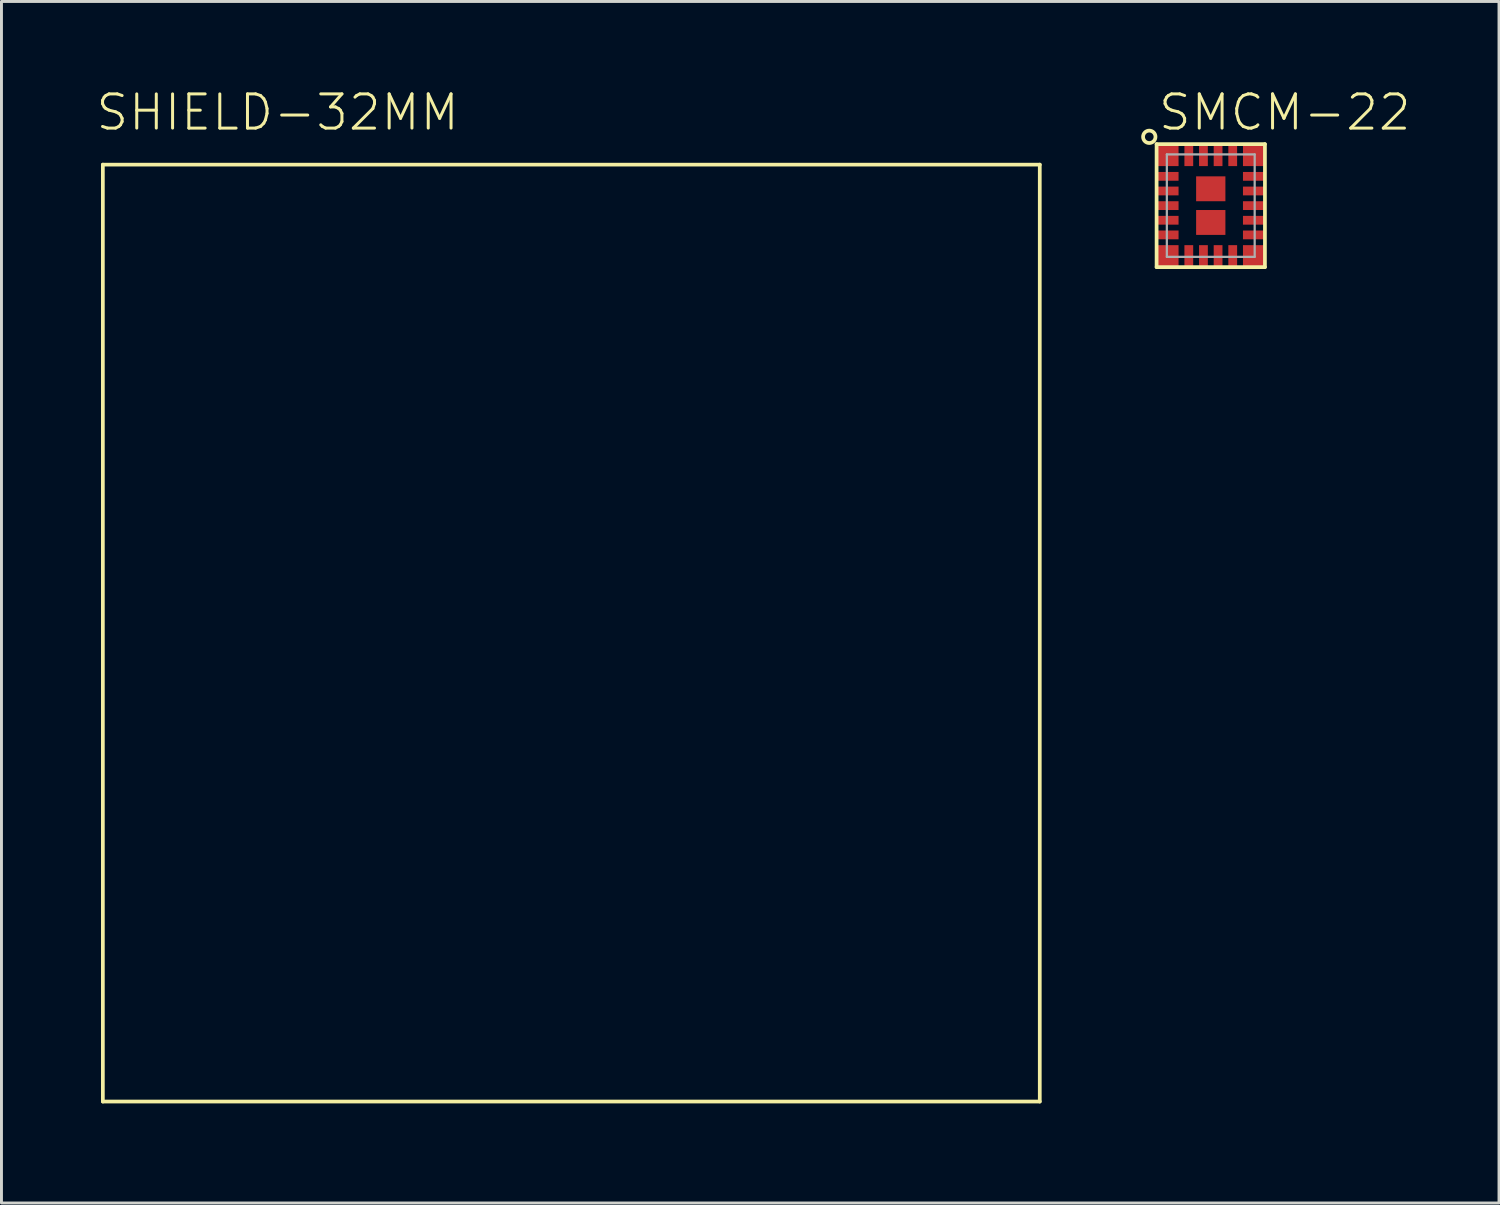
<source format=kicad_pcb>
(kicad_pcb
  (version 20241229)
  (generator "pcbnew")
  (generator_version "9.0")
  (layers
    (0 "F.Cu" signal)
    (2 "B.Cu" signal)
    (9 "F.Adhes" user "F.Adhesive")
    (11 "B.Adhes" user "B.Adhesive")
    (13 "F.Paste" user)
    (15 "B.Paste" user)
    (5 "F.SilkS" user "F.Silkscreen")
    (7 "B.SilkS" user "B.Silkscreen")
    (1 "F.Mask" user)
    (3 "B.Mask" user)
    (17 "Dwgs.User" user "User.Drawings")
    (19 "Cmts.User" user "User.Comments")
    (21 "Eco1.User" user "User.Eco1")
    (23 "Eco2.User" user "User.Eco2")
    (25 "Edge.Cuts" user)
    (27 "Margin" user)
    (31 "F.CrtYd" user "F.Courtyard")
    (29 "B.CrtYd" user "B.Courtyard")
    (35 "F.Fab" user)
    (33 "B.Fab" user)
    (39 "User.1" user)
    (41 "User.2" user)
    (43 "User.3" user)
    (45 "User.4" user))
  (footprint "SMCM-22"
    (layer "F.Cu")
    (at 38.303 3.973)
    (property "Reference" "SMCM-22" (at -1.85 -2.5 0) (unlocked yes) (layer "F.SilkS") (effects (font (size 1.168 1.168) (thickness 0.102)) (justify left bottom)))
    (fp_poly (pts (xy -1.9 -1.3) (xy -1.05 -1.3) (xy -1.05 -2.15) (xy -1.9 -2.15)) (stroke (width 0) (type default)) (fill yes) (layer "F.Mask"))
    (fp_poly (pts (xy -1.9 -0.8) (xy -1.05 -0.8) (xy -1.05 -1.2) (xy -1.9 -1.2)) (stroke (width 0) (type default)) (fill yes) (layer "F.Mask"))
    (fp_poly (pts (xy -1.9 -0.3) (xy -1.05 -0.3) (xy -1.05 -0.7) (xy -1.9 -0.7)) (stroke (width 0) (type default)) (fill yes) (layer "F.Mask"))
    (fp_poly (pts (xy -1.9 0.2) (xy -1.05 0.2) (xy -1.05 -0.2) (xy -1.9 -0.2)) (stroke (width 0) (type default)) (fill yes) (layer "F.Mask"))
    (fp_poly (pts (xy -1.9 0.7) (xy -1.05 0.7) (xy -1.05 0.3) (xy -1.9 0.3)) (stroke (width 0) (type default)) (fill yes) (layer "F.Mask"))
    (fp_poly (pts (xy -1.9 1.2) (xy -1.05 1.2) (xy -1.05 0.8) (xy -1.9 0.8)) (stroke (width 0) (type default)) (fill yes) (layer "F.Mask"))
    (fp_poly (pts (xy -1.9 2.15) (xy -1.05 2.15) (xy -1.05 1.3) (xy -1.9 1.3)) (stroke (width 0) (type default)) (fill yes) (layer "F.Mask"))
    (fp_poly (pts (xy -0.95 -2.15) (xy -0.95 -1.3) (xy -0.55 -1.3) (xy -0.55 -2.15)) (stroke (width 0) (type default)) (fill yes) (layer "F.Mask"))
    (fp_poly (pts (xy -0.95 1.3) (xy -0.95 2.15) (xy -0.55 2.15) (xy -0.55 1.3)) (stroke (width 0) (type default)) (fill yes) (layer "F.Mask"))
    (fp_poly (pts (xy -0.55 1.05) (xy 0.55 1.05) (xy 0.55 -1.05) (xy -0.55 -1.05)) (stroke (width 0) (type default)) (fill yes) (layer "F.Mask"))
    (fp_poly (pts (xy -0.45 -2.15) (xy -0.45 -1.3) (xy -0.05 -1.3) (xy -0.05 -2.15)) (stroke (width 0) (type default)) (fill yes) (layer "F.Mask"))
    (fp_poly (pts (xy -0.45 1.3) (xy -0.45 2.15) (xy -0.05 2.15) (xy -0.05 1.3)) (stroke (width 0) (type default)) (fill yes) (layer "F.Mask"))
    (fp_poly (pts (xy 0.05 -2.15) (xy 0.05 -1.3) (xy 0.45 -1.3) (xy 0.45 -2.15)) (stroke (width 0) (type default)) (fill yes) (layer "F.Mask"))
    (fp_poly (pts (xy 0.05 1.3) (xy 0.05 2.15) (xy 0.45 2.15) (xy 0.45 1.3)) (stroke (width 0) (type default)) (fill yes) (layer "F.Mask"))
    (fp_poly (pts (xy 0.55 -2.15) (xy 0.55 -1.3) (xy 0.95 -1.3) (xy 0.95 -2.15)) (stroke (width 0) (type default)) (fill yes) (layer "F.Mask"))
    (fp_poly (pts (xy 0.55 1.3) (xy 0.55 2.15) (xy 0.95 2.15) (xy 0.95 1.3)) (stroke (width 0) (type default)) (fill yes) (layer "F.Mask"))
    (fp_poly (pts (xy 1.05 -1.3) (xy 1.9 -1.3) (xy 1.9 -2.15) (xy 1.05 -2.15)) (stroke (width 0) (type default)) (fill yes) (layer "F.Mask"))
    (fp_poly (pts (xy 1.05 -0.8) (xy 1.9 -0.8) (xy 1.9 -1.2) (xy 1.05 -1.2)) (stroke (width 0) (type default)) (fill yes) (layer "F.Mask"))
    (fp_poly (pts (xy 1.05 -0.3) (xy 1.9 -0.3) (xy 1.9 -0.7) (xy 1.05 -0.7)) (stroke (width 0) (type default)) (fill yes) (layer "F.Mask"))
    (fp_poly (pts (xy 1.05 0.2) (xy 1.9 0.2) (xy 1.9 -0.2) (xy 1.05 -0.2)) (stroke (width 0) (type default)) (fill yes) (layer "F.Mask"))
    (fp_poly (pts (xy 1.05 0.7) (xy 1.9 0.7) (xy 1.9 0.3) (xy 1.05 0.3)) (stroke (width 0) (type default)) (fill yes) (layer "F.Mask"))
    (fp_poly (pts (xy 1.05 1.2) (xy 1.9 1.2) (xy 1.9 0.8) (xy 1.05 0.8)) (stroke (width 0) (type default)) (fill yes) (layer "F.Mask"))
    (fp_poly (pts (xy 1.05 2.15) (xy 1.9 2.15) (xy 1.9 1.3) (xy 1.05 1.3)) (stroke (width 0) (type default)) (fill yes) (layer "F.Mask"))
    (fp_line (start -1.85 -2.1) (end 1.85 -2.1) (stroke (width 0.127) (type solid)) (layer "F.SilkS"))
    (fp_line (start -1.85 2.1) (end -1.85 -2.1) (stroke (width 0.127) (type solid)) (layer "F.SilkS"))
    (fp_line (start 1.85 -2.1) (end 1.85 2.1) (stroke (width 0.127) (type solid)) (layer "F.SilkS"))
    (fp_line (start 1.85 2.1) (end -1.85 2.1) (stroke (width 0.127) (type solid)) (layer "F.SilkS"))
    (fp_circle (center -2.1 -2.35) (end -1.888 -2.35) (stroke (width 0.127) (type solid)) (fill no) (layer "F.SilkS"))
    (fp_poly (pts (xy -1.65 -1.35) (xy -1.1 -1.35) (xy -1.1 -1.9) (xy -1.65 -1.9)) (stroke (width 0) (type default)) (fill yes) (layer "F.Paste"))
    (fp_poly (pts (xy -1.65 -0.85) (xy -1.1 -0.85) (xy -1.1 -1.15) (xy -1.65 -1.15)) (stroke (width 0) (type default)) (fill yes) (layer "F.Paste"))
    (fp_poly (pts (xy -1.65 -0.35) (xy -1.1 -0.35) (xy -1.1 -0.65) (xy -1.65 -0.65)) (stroke (width 0) (type default)) (fill yes) (layer "F.Paste"))
    (fp_poly (pts (xy -1.65 0.15) (xy -1.1 0.15) (xy -1.1 -0.15) (xy -1.65 -0.15)) (stroke (width 0) (type default)) (fill yes) (layer "F.Paste"))
    (fp_poly (pts (xy -1.65 0.65) (xy -1.1 0.65) (xy -1.1 0.35) (xy -1.65 0.35)) (stroke (width 0) (type default)) (fill yes) (layer "F.Paste"))
    (fp_poly (pts (xy -1.65 1.15) (xy -1.1 1.15) (xy -1.1 0.85) (xy -1.65 0.85)) (stroke (width 0) (type default)) (fill yes) (layer "F.Paste"))
    (fp_poly (pts (xy -1.65 1.9) (xy -1.1 1.9) (xy -1.1 1.35) (xy -1.65 1.35)) (stroke (width 0) (type default)) (fill yes) (layer "F.Paste"))
    (fp_poly (pts (xy -0.6 -1.35) (xy -0.6 -1.9) (xy -0.9 -1.9) (xy -0.9 -1.35)) (stroke (width 0) (type default)) (fill yes) (layer "F.Paste"))
    (fp_poly (pts (xy -0.6 1.9) (xy -0.6 1.35) (xy -0.9 1.35) (xy -0.9 1.9)) (stroke (width 0) (type default)) (fill yes) (layer "F.Paste"))
    (fp_poly (pts (xy -0.45 -0.2) (xy 0.45 -0.2) (xy 0.45 -0.95) (xy -0.45 -0.95)) (stroke (width 0) (type default)) (fill yes) (layer "F.Paste"))
    (fp_poly (pts (xy -0.45 0.95) (xy 0.45 0.95) (xy 0.45 0.2) (xy -0.45 0.2)) (stroke (width 0) (type default)) (fill yes) (layer "F.Paste"))
    (fp_poly (pts (xy -0.1 -1.35) (xy -0.1 -1.9) (xy -0.4 -1.9) (xy -0.4 -1.35)) (stroke (width 0) (type default)) (fill yes) (layer "F.Paste"))
    (fp_poly (pts (xy -0.1 1.9) (xy -0.1 1.35) (xy -0.4 1.35) (xy -0.4 1.9)) (stroke (width 0) (type default)) (fill yes) (layer "F.Paste"))
    (fp_poly (pts (xy 0.4 -1.35) (xy 0.4 -1.9) (xy 0.1 -1.9) (xy 0.1 -1.35)) (stroke (width 0) (type default)) (fill yes) (layer "F.Paste"))
    (fp_poly (pts (xy 0.4 1.9) (xy 0.4 1.35) (xy 0.1 1.35) (xy 0.1 1.9)) (stroke (width 0) (type default)) (fill yes) (layer "F.Paste"))
    (fp_poly (pts (xy 0.9 -1.35) (xy 0.9 -1.9) (xy 0.6 -1.9) (xy 0.6 -1.35)) (stroke (width 0) (type default)) (fill yes) (layer "F.Paste"))
    (fp_poly (pts (xy 0.9 1.9) (xy 0.9 1.35) (xy 0.6 1.35) (xy 0.6 1.9)) (stroke (width 0) (type default)) (fill yes) (layer "F.Paste"))
    (fp_poly (pts (xy 1.1 -1.35) (xy 1.65 -1.35) (xy 1.65 -1.9) (xy 1.1 -1.9)) (stroke (width 0) (type default)) (fill yes) (layer "F.Paste"))
    (fp_poly (pts (xy 1.1 -0.85) (xy 1.65 -0.85) (xy 1.65 -1.15) (xy 1.1 -1.15)) (stroke (width 0) (type default)) (fill yes) (layer "F.Paste"))
    (fp_poly (pts (xy 1.1 -0.35) (xy 1.65 -0.35) (xy 1.65 -0.65) (xy 1.1 -0.65)) (stroke (width 0) (type default)) (fill yes) (layer "F.Paste"))
    (fp_poly (pts (xy 1.1 0.15) (xy 1.65 0.15) (xy 1.65 -0.15) (xy 1.1 -0.15)) (stroke (width 0) (type default)) (fill yes) (layer "F.Paste"))
    (fp_poly (pts (xy 1.1 0.65) (xy 1.65 0.65) (xy 1.65 0.35) (xy 1.1 0.35)) (stroke (width 0) (type default)) (fill yes) (layer "F.Paste"))
    (fp_poly (pts (xy 1.1 1.15) (xy 1.65 1.15) (xy 1.65 0.85) (xy 1.1 0.85)) (stroke (width 0) (type default)) (fill yes) (layer "F.Paste"))
    (fp_poly (pts (xy 1.1 1.9) (xy 1.65 1.9) (xy 1.65 1.35) (xy 1.1 1.35)) (stroke (width 0) (type default)) (fill yes) (layer "F.Paste"))
    (fp_line (start -1.5 -1.75) (end 1.5 -1.75) (stroke (width 0.076) (type solid)) (layer "F.Fab"))
    (fp_line (start -1.5 1.75) (end -1.5 -1.75) (stroke (width 0.076) (type solid)) (layer "F.Fab"))
    (fp_line (start 1.5 -1.75) (end 1.5 1.75) (stroke (width 0.076) (type solid)) (layer "F.Fab"))
    (fp_line (start 1.5 1.75) (end -1.5 1.75) (stroke (width 0.076) (type solid)) (layer "F.Fab"))
    (pad "1" smd rect (at -1.475 -1.725) (size 0.75 0.75) (layers "F.Cu"))
    (pad "2" smd rect (at -1.475 -1) (size 0.75 0.3) (layers "F.Cu"))
    (pad "3" smd rect (at -1.475 -0.5) (size 0.75 0.3) (layers "F.Cu"))
    (pad "4" smd rect (at -1.475 0) (size 0.75 0.3) (layers "F.Cu"))
    (pad "5" smd rect (at -1.475 0.5) (size 0.75 0.3) (layers "F.Cu"))
    (pad "6" smd rect (at -1.475 1) (size 0.75 0.3) (layers "F.Cu"))
    (pad "7" smd rect (at -1.475 1.725) (size 0.75 0.75) (layers "F.Cu"))
    (pad "8" smd rect (at -0.75 1.725 90) (size 0.75 0.3) (layers "F.Cu"))
    (pad "9" smd rect (at -0.25 1.725 90) (size 0.75 0.3) (layers "F.Cu"))
    (pad "10" smd rect (at 0.25 1.725 90) (size 0.75 0.3) (layers "F.Cu"))
    (pad "11" smd rect (at 0.75 1.725 90) (size 0.75 0.3) (layers "F.Cu"))
    (pad "12" smd rect (at 1.475 1.725) (size 0.75 0.75) (layers "F.Cu"))
    (pad "13" smd rect (at 1.475 1) (size 0.75 0.3) (layers "F.Cu"))
    (pad "14" smd rect (at 1.475 0.5) (size 0.75 0.3) (layers "F.Cu"))
    (pad "15" smd rect (at 1.475 0) (size 0.75 0.3) (layers "F.Cu"))
    (pad "16" smd rect (at 1.475 -0.5) (size 0.75 0.3) (layers "F.Cu"))
    (pad "17" smd rect (at 1.475 -1) (size 0.75 0.3) (layers "F.Cu"))
    (pad "18" smd rect (at 1.475 -1.725) (size 0.75 0.75) (layers "F.Cu"))
    (pad "19" smd rect (at 0.75 -1.725 90) (size 0.75 0.3) (layers "F.Cu"))
    (pad "20" smd rect (at 0.25 -1.725 90) (size 0.75 0.3) (layers "F.Cu"))
    (pad "21" smd rect (at -0.25 -1.725 90) (size 0.75 0.3) (layers "F.Cu"))
    (pad "22" smd rect (at -0.75 -1.725 90) (size 0.75 0.3) (layers "F.Cu"))
    (pad "PAD1" smd rect (at 0 -0.575 180) (size 1 0.85) (layers "F.Cu"))
    (pad "PAD2" smd rect (at 0 0.575 180) (size 1 0.85) (layers "F.Cu")))
  (footprint "SHIELD-32MM"
    (layer "F.Cu")
    (at 16.463 18.573)
    (property "Reference" "SHIELD-32MM" (at -16.3 -17.1 0) (unlocked yes) (layer "F.SilkS") (effects (font (size 1.168 1.168) (thickness 0.102)) (justify left bottom)))
    (fp_poly (pts (xy -15.336 -7.037) (xy -16.463 -7.037) (xy -16.463 -10.963) (xy -15.336 -10.963)) (stroke (width 0) (type default)) (fill yes) (layer "F.Mask"))
    (fp_poly (pts (xy -15.336 -1.036) (xy -16.463 -1.036) (xy -16.463 -4.963) (xy -15.336 -4.963)) (stroke (width 0) (type default)) (fill yes) (layer "F.Mask"))
    (fp_poly (pts (xy -15.336 4.963) (xy -16.463 4.963) (xy -16.463 1.036) (xy -15.336 1.036)) (stroke (width 0) (type default)) (fill yes) (layer "F.Mask"))
    (fp_poly (pts (xy -15.336 10.963) (xy -16.463 10.963) (xy -16.463 7.037) (xy -15.336 7.037)) (stroke (width 0) (type default)) (fill yes) (layer "F.Mask"))
    (fp_poly (pts (xy -7.037 -15.336) (xy -10.963 -15.336) (xy -10.963 -16.463) (xy -7.037 -16.463)) (stroke (width 0) (type default)) (fill yes) (layer "F.Mask"))
    (fp_poly (pts (xy -7.037 16.463) (xy -10.963 16.463) (xy -10.963 15.336) (xy -7.037 15.336)) (stroke (width 0) (type default)) (fill yes) (layer "F.Mask"))
    (fp_poly (pts (xy -1.036 -15.336) (xy -4.963 -15.336) (xy -4.963 -16.463) (xy -1.036 -16.463)) (stroke (width 0) (type default)) (fill yes) (layer "F.Mask"))
    (fp_poly (pts (xy -1.036 16.463) (xy -4.963 16.463) (xy -4.963 15.336) (xy -1.036 15.336)) (stroke (width 0) (type default)) (fill yes) (layer "F.Mask"))
    (fp_poly (pts (xy 4.963 -15.336) (xy 1.036 -15.336) (xy 1.036 -16.463) (xy 4.963 -16.463)) (stroke (width 0) (type default)) (fill yes) (layer "F.Mask"))
    (fp_poly (pts (xy 4.963 16.463) (xy 1.036 16.463) (xy 1.036 15.336) (xy 4.963 15.336)) (stroke (width 0) (type default)) (fill yes) (layer "F.Mask"))
    (fp_poly (pts (xy 10.963 -15.336) (xy 7.037 -15.336) (xy 7.037 -16.463) (xy 10.963 -16.463)) (stroke (width 0) (type default)) (fill yes) (layer "F.Mask"))
    (fp_poly (pts (xy 10.963 16.463) (xy 7.037 16.463) (xy 7.037 15.336) (xy 10.963 15.336)) (stroke (width 0) (type default)) (fill yes) (layer "F.Mask"))
    (fp_poly (pts (xy 16.463 -7.037) (xy 15.336 -7.037) (xy 15.336 -10.963) (xy 16.463 -10.963)) (stroke (width 0) (type default)) (fill yes) (layer "F.Mask"))
    (fp_poly (pts (xy 16.463 -1.036) (xy 15.336 -1.036) (xy 15.336 -4.963) (xy 16.463 -4.963)) (stroke (width 0) (type default)) (fill yes) (layer "F.Mask"))
    (fp_poly (pts (xy 16.463 4.963) (xy 15.336 4.963) (xy 15.336 1.036) (xy 16.463 1.036)) (stroke (width 0) (type default)) (fill yes) (layer "F.Mask"))
    (fp_poly (pts (xy 16.463 10.963) (xy 15.336 10.963) (xy 15.336 7.037) (xy 16.463 7.037)) (stroke (width 0) (type default)) (fill yes) (layer "F.Mask"))
    (fp_poly (pts (xy -15.336 15.336) (xy -13.037 15.336) (xy -13.037 16.463) (xy -16.463 16.463) (xy -16.463 13.037) (xy -15.336 13.037)) (stroke (width 0) (type default)) (fill yes) (layer "F.Mask"))
    (fp_poly (pts (xy -13.037 -15.336) (xy -15.336 -15.336) (xy -15.336 -13.037) (xy -16.463 -13.037) (xy -16.463 -16.463) (xy -13.037 -16.463)) (stroke (width 0) (type default)) (fill yes) (layer "F.Mask"))
    (fp_poly (pts (xy 16.463 -13.037) (xy 15.336 -13.037) (xy 15.336 -15.336) (xy 13.037 -15.336) (xy 13.037 -16.463) (xy 16.463 -16.463)) (stroke (width 0) (type default)) (fill yes) (layer "F.Mask"))
    (fp_poly (pts (xy 16.463 16.463) (xy 13.037 16.463) (xy 13.037 15.336) (xy 15.336 15.336) (xy 15.336 13.037) (xy 16.463 13.037)) (stroke (width 0) (type default)) (fill yes) (layer "F.Mask"))
    (fp_line (start -16 -16) (end -16 16) (stroke (width 0.127) (type solid)) (layer "F.SilkS"))
    (fp_line (start -16 16) (end 16 16) (stroke (width 0.127) (type solid)) (layer "F.SilkS"))
    (fp_line (start 16 -16) (end -16 -16) (stroke (width 0.127) (type solid)) (layer "F.SilkS"))
    (fp_line (start 16 16) (end 16 -16) (stroke (width 0.127) (type solid)) (layer "F.SilkS"))
    (fp_poly (pts (xy -15.437 -7.136) (xy -16.363 -7.136) (xy -16.363 -10.864) (xy -15.437 -10.864)) (stroke (width 0) (type default)) (fill yes) (layer "F.Paste"))
    (fp_poly (pts (xy -15.437 -1.137) (xy -16.363 -1.137) (xy -16.363 -4.864) (xy -15.437 -4.864)) (stroke (width 0) (type default)) (fill yes) (layer "F.Paste"))
    (fp_poly (pts (xy -15.437 4.864) (xy -16.363 4.864) (xy -16.363 1.137) (xy -15.437 1.137)) (stroke (width 0) (type default)) (fill yes) (layer "F.Paste"))
    (fp_poly (pts (xy -15.437 10.864) (xy -16.363 10.864) (xy -16.363 7.136) (xy -15.437 7.136)) (stroke (width 0) (type default)) (fill yes) (layer "F.Paste"))
    (fp_poly (pts (xy -7.136 -15.437) (xy -10.864 -15.437) (xy -10.864 -16.363) (xy -7.136 -16.363)) (stroke (width 0) (type default)) (fill yes) (layer "F.Paste"))
    (fp_poly (pts (xy -7.136 16.363) (xy -10.864 16.363) (xy -10.864 15.437) (xy -7.136 15.437)) (stroke (width 0) (type default)) (fill yes) (layer "F.Paste"))
    (fp_poly (pts (xy -1.137 -15.437) (xy -4.864 -15.437) (xy -4.864 -16.363) (xy -1.137 -16.363)) (stroke (width 0) (type default)) (fill yes) (layer "F.Paste"))
    (fp_poly (pts (xy -1.137 16.363) (xy -4.864 16.363) (xy -4.864 15.437) (xy -1.137 15.437)) (stroke (width 0) (type default)) (fill yes) (layer "F.Paste"))
    (fp_poly (pts (xy 4.864 -15.437) (xy 1.137 -15.437) (xy 1.137 -16.363) (xy 4.864 -16.363)) (stroke (width 0) (type default)) (fill yes) (layer "F.Paste"))
    (fp_poly (pts (xy 4.864 16.363) (xy 1.137 16.363) (xy 1.137 15.437) (xy 4.864 15.437)) (stroke (width 0) (type default)) (fill yes) (layer "F.Paste"))
    (fp_poly (pts (xy 10.864 -15.437) (xy 7.136 -15.437) (xy 7.136 -16.363) (xy 10.864 -16.363)) (stroke (width 0) (type default)) (fill yes) (layer "F.Paste"))
    (fp_poly (pts (xy 10.864 16.363) (xy 7.136 16.363) (xy 7.136 15.437) (xy 10.864 15.437)) (stroke (width 0) (type default)) (fill yes) (layer "F.Paste"))
    (fp_poly (pts (xy 16.363 -7.136) (xy 15.437 -7.136) (xy 15.437 -10.864) (xy 16.363 -10.864)) (stroke (width 0) (type default)) (fill yes) (layer "F.Paste"))
    (fp_poly (pts (xy 16.363 -1.137) (xy 15.437 -1.137) (xy 15.437 -4.864) (xy 16.363 -4.864)) (stroke (width 0) (type default)) (fill yes) (layer "F.Paste"))
    (fp_poly (pts (xy 16.363 4.864) (xy 15.437 4.864) (xy 15.437 1.137) (xy 16.363 1.137)) (stroke (width 0) (type default)) (fill yes) (layer "F.Paste"))
    (fp_poly (pts (xy 16.363 10.864) (xy 15.437 10.864) (xy 15.437 7.136) (xy 16.363 7.136)) (stroke (width 0) (type default)) (fill yes) (layer "F.Paste"))
    (fp_poly (pts (xy -15.437 15.437) (xy -13.136 15.437) (xy -13.136 16.363) (xy -16.363 16.363) (xy -16.363 13.136) (xy -15.437 13.136)) (stroke (width 0) (type default)) (fill yes) (layer "F.Paste"))
    (fp_poly (pts (xy -13.136 -15.437) (xy -15.437 -15.437) (xy -15.437 -13.136) (xy -16.363 -13.136) (xy -16.363 -16.363) (xy -13.136 -16.363)) (stroke (width 0) (type default)) (fill yes) (layer "F.Paste"))
    (fp_poly (pts (xy 16.363 -13.136) (xy 15.437 -13.136) (xy 15.437 -15.437) (xy 13.136 -15.437) (xy 13.136 -16.363) (xy 16.363 -16.363)) (stroke (width 0) (type default)) (fill yes) (layer "F.Paste"))
    (fp_poly (pts (xy 16.363 16.363) (xy 13.136 16.363) (xy 13.136 15.437) (xy 15.437 15.437) (xy 15.437 13.136) (xy 16.363 13.136)) (stroke (width 0) (type default)) (fill yes) (layer "F.Paste")))
  (gr_rect
    (start -3 -3)
    (end 48.148 38.037)
    (stroke (width 0.1) (type default))
    (fill no)
    (layer "Edge.Cuts")))
</source>
